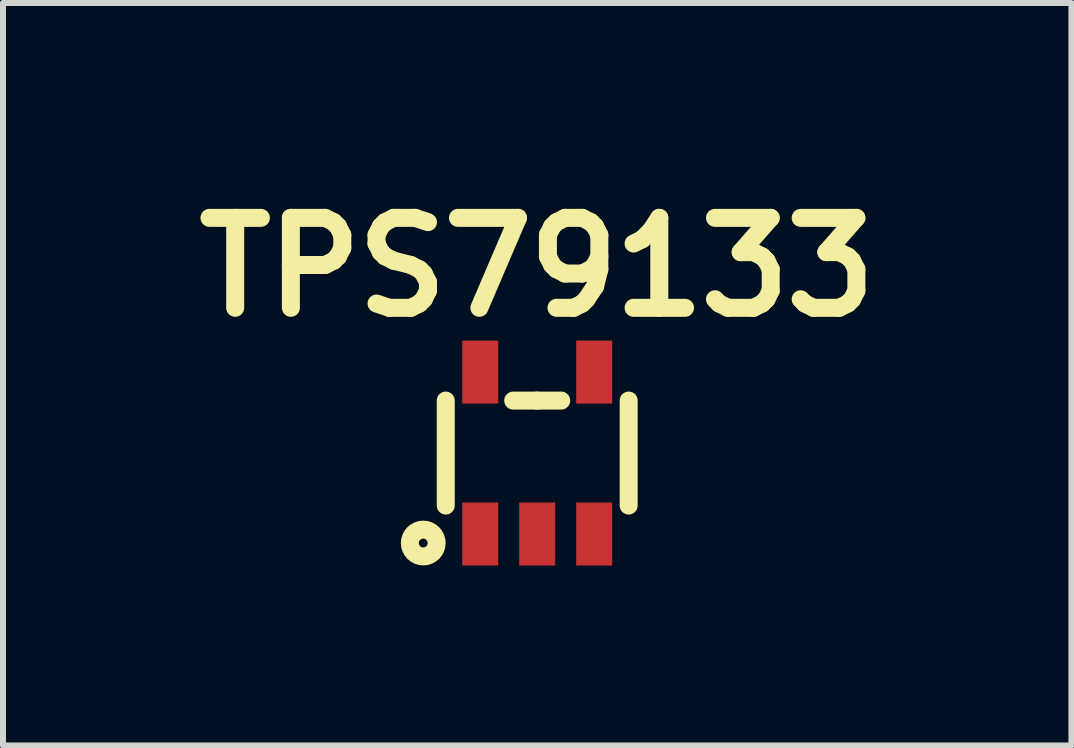
<source format=kicad_pcb>
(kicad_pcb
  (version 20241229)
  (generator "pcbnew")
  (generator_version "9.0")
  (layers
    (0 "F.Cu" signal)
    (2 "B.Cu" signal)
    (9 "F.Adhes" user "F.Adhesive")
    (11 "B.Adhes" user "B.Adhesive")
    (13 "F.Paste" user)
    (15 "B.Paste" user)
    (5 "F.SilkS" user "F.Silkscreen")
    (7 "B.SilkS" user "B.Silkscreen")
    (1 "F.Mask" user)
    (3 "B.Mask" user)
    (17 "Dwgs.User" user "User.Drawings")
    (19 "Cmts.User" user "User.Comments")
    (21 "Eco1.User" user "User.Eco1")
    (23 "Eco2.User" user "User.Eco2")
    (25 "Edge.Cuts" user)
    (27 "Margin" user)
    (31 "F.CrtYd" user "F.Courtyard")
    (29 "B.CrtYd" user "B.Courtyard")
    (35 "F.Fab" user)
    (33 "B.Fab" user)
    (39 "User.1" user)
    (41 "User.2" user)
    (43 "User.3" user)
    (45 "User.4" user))
  (footprint "TPS79133"
    (layer "F.Cu")
    (at 5.907 5.854)
    (property "Reference" "TPS79133" (at 0 -4.45 0) (layer "F.SilkS") (effects (font (size 1.5 1.5) (thickness 0.3))))
    (attr through_hole)
    (fp_line (start -1.525 -2.225) (end -1.525 -0.475) (stroke (width 0.3) (type solid)) (layer "F.SilkS"))
    (fp_line (start -0.4 -2.225) (end 0 -2.225) (stroke (width 0.3) (type solid)) (layer "F.SilkS"))
    (fp_line (start 0 -2.225) (end 0.4 -2.225) (stroke (width 0.3) (type solid)) (layer "F.SilkS"))
    (fp_line (start 1.525 -2.225) (end 1.525 -0.475) (stroke (width 0.3) (type solid)) (layer "F.SilkS"))
    (fp_circle (center -1.9 0.15) (end -1.7 0.25) (stroke (width 0.3) (type solid)) (fill no) (layer "F.SilkS"))
    (pad "1" smd rect (at -0.95 0) (size 0.6 1.05) (layers "F.Cu" "F.Mask" "F.Paste"))
    (pad "2" smd rect (at 0 0) (size 0.6 1.05) (layers "F.Cu" "F.Mask" "F.Paste"))
    (pad "3" smd rect (at 0.95 0) (size 0.6 1.05) (layers "F.Cu" "F.Mask" "F.Paste"))
    (pad "4" smd rect (at 0.95 -2.7) (size 0.6 1.05) (layers "F.Cu" "F.Mask" "F.Paste"))
    (pad "5" smd rect (at -0.95 -2.7) (size 0.6 1.05) (layers "F.Cu" "F.Mask" "F.Paste")))
  (gr_rect
    (start -3 -3)
    (end 14.814 9.379)
    (stroke (width 0.1) (type default))
    (fill no)
    (layer "Edge.Cuts")))
</source>
